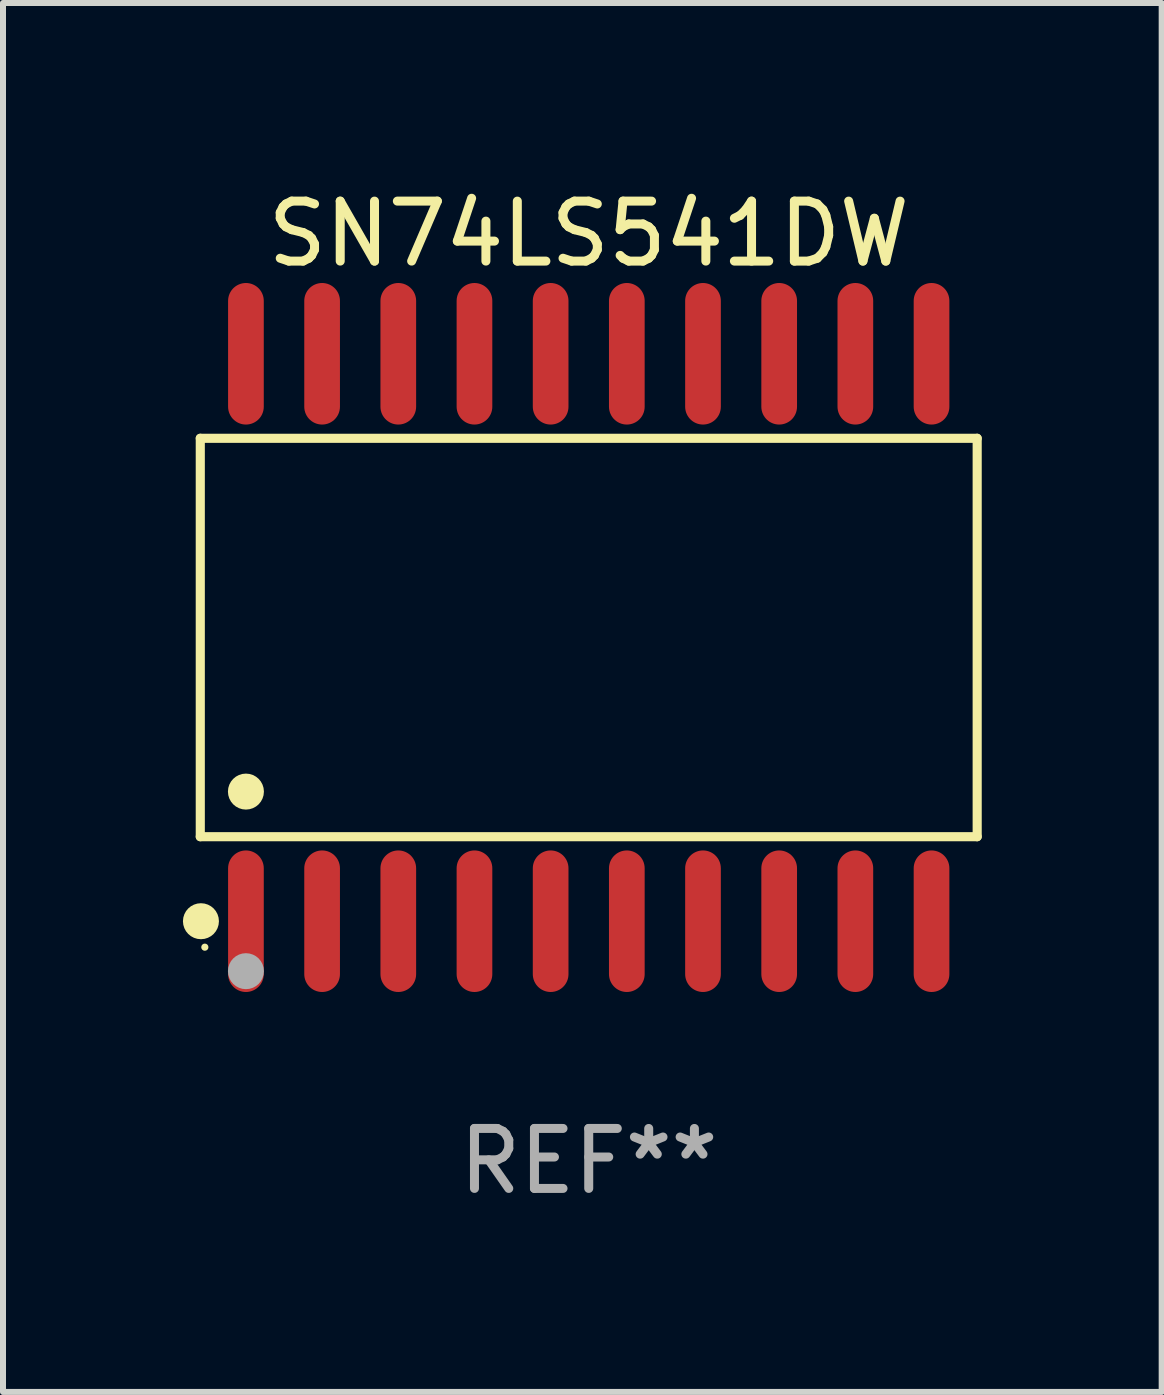
<source format=kicad_pcb>
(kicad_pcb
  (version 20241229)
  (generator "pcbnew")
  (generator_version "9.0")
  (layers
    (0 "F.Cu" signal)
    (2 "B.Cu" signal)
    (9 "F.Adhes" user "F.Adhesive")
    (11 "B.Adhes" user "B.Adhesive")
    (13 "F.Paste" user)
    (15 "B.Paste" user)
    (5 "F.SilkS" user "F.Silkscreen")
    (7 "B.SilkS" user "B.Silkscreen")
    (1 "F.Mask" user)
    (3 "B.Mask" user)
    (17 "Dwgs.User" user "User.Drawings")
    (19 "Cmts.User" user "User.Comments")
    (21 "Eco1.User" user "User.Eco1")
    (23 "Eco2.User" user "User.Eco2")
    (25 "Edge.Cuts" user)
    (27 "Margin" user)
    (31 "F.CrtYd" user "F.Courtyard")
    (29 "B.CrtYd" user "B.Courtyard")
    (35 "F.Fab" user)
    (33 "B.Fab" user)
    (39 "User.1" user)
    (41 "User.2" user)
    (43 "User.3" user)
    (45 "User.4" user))
  (footprint "SN74LS541DW"
    (layer "F.Cu")
    (at 6.765 7.578)
    (property "Reference" "SN74LS541DW" (at 0 -6.73 0) (layer "F.SilkS") (effects (font (size 1 1) (thickness 0.15))))
    (attr through_hole)
    (fp_line (start -6.476 -3.321) (end 6.476 -3.321) (stroke (width 0.152) (type solid)) (layer "F.SilkS"))
    (fp_line (start -6.476 3.321) (end -6.476 -3.321) (stroke (width 0.152) (type solid)) (layer "F.SilkS"))
    (fp_line (start 6.476 -3.321) (end 6.476 3.321) (stroke (width 0.152) (type solid)) (layer "F.SilkS"))
    (fp_line (start 6.476 3.321) (end -6.476 3.321) (stroke (width 0.152) (type solid)) (layer "F.SilkS"))
    (fp_circle (center -6.465 4.73) (end -6.315 4.73) (stroke (width 0.3) (type solid)) (fill no) (layer "F.SilkS"))
    (fp_circle (center -6.4 5.163) (end -6.37 5.163) (stroke (width 0.06) (type solid)) (fill no) (layer "F.SilkS"))
    (fp_circle (center -5.715 2.569) (end -5.565 2.569) (stroke (width 0.3) (type solid)) (fill no) (layer "F.SilkS"))
    (fp_circle (center -5.715 5.563) (end -5.565 5.563) (stroke (width 0.3) (type solid)) (fill no) (layer "F.Fab"))
    (fp_text user "REF**" (at 0 8.73 0) (layer "F.Fab") (effects (font (size 1 1) (thickness 0.15))))
    (pad "1" smd oval (at -5.715 4.73) (size 0.595 2.36) (layers "F.Cu" "F.Mask" "F.Paste"))
    (pad "2" smd oval (at -4.445 4.73) (size 0.595 2.36) (layers "F.Cu" "F.Mask" "F.Paste"))
    (pad "3" smd oval (at -3.175 4.73) (size 0.595 2.36) (layers "F.Cu" "F.Mask" "F.Paste"))
    (pad "4" smd oval (at -1.905 4.73) (size 0.595 2.36) (layers "F.Cu" "F.Mask" "F.Paste"))
    (pad "5" smd oval (at -0.635 4.73) (size 0.595 2.36) (layers "F.Cu" "F.Mask" "F.Paste"))
    (pad "6" smd oval (at 0.635 4.73) (size 0.595 2.36) (layers "F.Cu" "F.Mask" "F.Paste"))
    (pad "7" smd oval (at 1.905 4.73) (size 0.595 2.36) (layers "F.Cu" "F.Mask" "F.Paste"))
    (pad "8" smd oval (at 3.175 4.73) (size 0.595 2.36) (layers "F.Cu" "F.Mask" "F.Paste"))
    (pad "9" smd oval (at 4.445 4.73) (size 0.595 2.36) (layers "F.Cu" "F.Mask" "F.Paste"))
    (pad "10" smd oval (at 5.715 4.73) (size 0.595 2.36) (layers "F.Cu" "F.Mask" "F.Paste"))
    (pad "11" smd oval (at 5.715 -4.73) (size 0.595 2.36) (layers "F.Cu" "F.Mask" "F.Paste"))
    (pad "12" smd oval (at 4.445 -4.73) (size 0.595 2.36) (layers "F.Cu" "F.Mask" "F.Paste"))
    (pad "13" smd oval (at 3.175 -4.73) (size 0.595 2.36) (layers "F.Cu" "F.Mask" "F.Paste"))
    (pad "14" smd oval (at 1.905 -4.73) (size 0.595 2.36) (layers "F.Cu" "F.Mask" "F.Paste"))
    (pad "15" smd oval (at 0.635 -4.73) (size 0.595 2.36) (layers "F.Cu" "F.Mask" "F.Paste"))
    (pad "16" smd oval (at -0.635 -4.73) (size 0.595 2.36) (layers "F.Cu" "F.Mask" "F.Paste"))
    (pad "17" smd oval (at -1.905 -4.73) (size 0.595 2.36) (layers "F.Cu" "F.Mask" "F.Paste"))
    (pad "18" smd oval (at -3.175 -4.73) (size 0.595 2.36) (layers "F.Cu" "F.Mask" "F.Paste"))
    (pad "19" smd oval (at -4.445 -4.73) (size 0.595 2.36) (layers "F.Cu" "F.Mask" "F.Paste"))
    (pad "20" smd oval (at -5.715 -4.73) (size 0.595 2.36) (layers "F.Cu" "F.Mask" "F.Paste")))
  (gr_rect
    (start -3 -3)
    (end 16.317 20.156)
    (stroke (width 0.1) (type default))
    (fill no)
    (layer "Edge.Cuts")))
</source>
